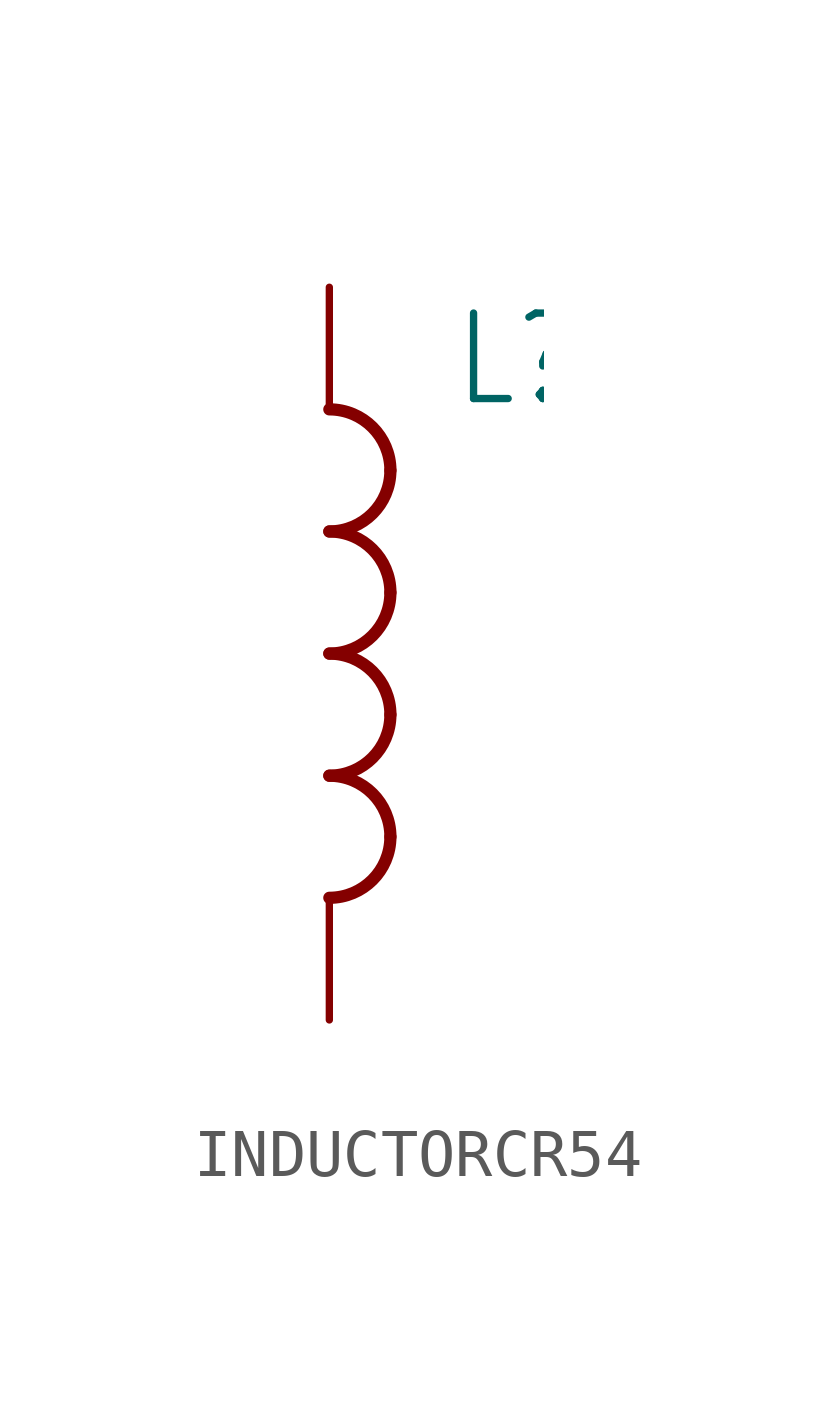
<source format=kicad_sym>
(kicad_symbol_lib
  (version 20220914)
  (generator kicad_symbol_editor)
  (symbol "INDUCTORCR54"
    (property "Reference" "L"
      (at 2.54 5.08 0)
      (effects (font (size 1.778 1.511)) (justify left bottom)))
    (property "Value" ""
      (at 2.54 -5.08 0)
      (effects (font (size 1.778 1.511)) (justify left bottom)))
    (property "ki_locked" ""
      (at 0 0 0)
      (effects (font (size 1.27 1.27))))
    (symbol "INDUCTORCR54_1_0"
      (arc (start 0 -5.08) (mid 0.898 -4.708) (end 1.27 -3.81) (stroke (width 0.254) (type solid)) (fill (type none)))
      (arc (start 0 -2.54) (mid 0.898 -2.168) (end 1.27 -1.27) (stroke (width 0.254) (type solid)) (fill (type none)))
      (arc (start 0 0) (mid 0.898 0.372) (end 1.27 1.27) (stroke (width 0.254) (type solid)) (fill (type none)))
      (arc (start 0 2.54) (mid 0.898 2.912) (end 1.27 3.81) (stroke (width 0.254) (type solid)) (fill (type none)))
      (arc (start 1.27 -3.81) (mid 0.898 -2.912) (end 0 -2.54) (stroke (width 0.254) (type solid)) (fill (type none)))
      (arc (start 1.27 -1.27) (mid 0.898 -0.372) (end 0 0) (stroke (width 0.254) (type solid)) (fill (type none)))
      (arc (start 1.27 1.27) (mid 0.898 2.168) (end 0 2.54) (stroke (width 0.254) (type solid)) (fill (type none)))
      (arc (start 1.27 3.81) (mid 0.898 4.708) (end 0 5.08) (stroke (width 0.254) (type solid)) (fill (type none)))
      (pin passive line (at 0 7.62 270) (length 2.54) (name "1" (effects (font (size 0 0)))) (number "P$1" (effects (font (size 0 0)))))
      (pin passive line (at 0 -7.62 90) (length 2.54) (name "2" (effects (font (size 0 0)))) (number "P$2" (effects (font (size 0 0))))))))
</source>
